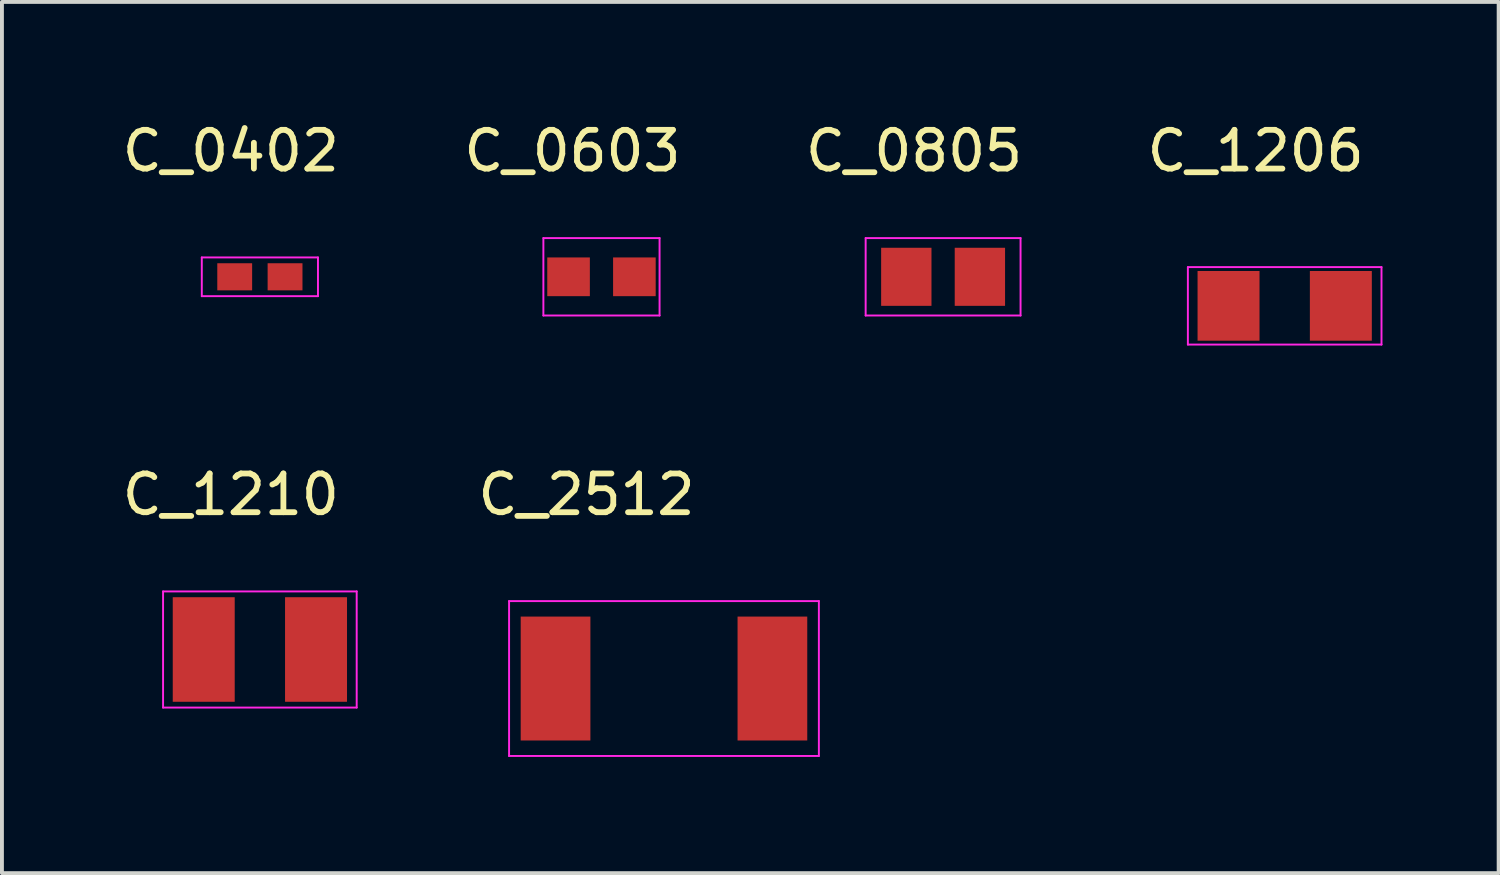
<source format=kicad_pcb>
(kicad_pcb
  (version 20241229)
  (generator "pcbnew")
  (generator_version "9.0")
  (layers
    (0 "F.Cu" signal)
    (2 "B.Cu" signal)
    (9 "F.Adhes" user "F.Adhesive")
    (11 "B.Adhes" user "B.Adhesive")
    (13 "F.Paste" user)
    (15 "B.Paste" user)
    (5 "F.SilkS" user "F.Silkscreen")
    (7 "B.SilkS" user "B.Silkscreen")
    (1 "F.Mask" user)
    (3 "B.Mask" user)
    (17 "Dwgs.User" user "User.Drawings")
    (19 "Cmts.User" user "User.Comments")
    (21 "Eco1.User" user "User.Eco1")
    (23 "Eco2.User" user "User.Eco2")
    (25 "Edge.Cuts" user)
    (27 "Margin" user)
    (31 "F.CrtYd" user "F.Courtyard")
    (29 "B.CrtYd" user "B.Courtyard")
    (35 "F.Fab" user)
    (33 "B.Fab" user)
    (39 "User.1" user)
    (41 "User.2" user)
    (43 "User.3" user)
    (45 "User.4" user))
  (footprint "C_1210"
    (layer "F.Cu")
    (at 3.661 13.722)
    (property "Reference" "C_1210" (at -0.75 -4 0) (layer "F.SilkS") (effects (font (size 1 1) (thickness 0.15))))
    (attr through_hole)
    (fp_line (start -2.5 -1.5) (end 2.5 -1.5) (stroke (width 0.05) (type solid)) (layer "F.CrtYd"))
    (fp_line (start -2.5 1.5) (end -2.5 -1.5) (stroke (width 0.05) (type solid)) (layer "F.CrtYd"))
    (fp_line (start 2.5 -1.5) (end 2.5 1.5) (stroke (width 0.05) (type solid)) (layer "F.CrtYd"))
    (fp_line (start 2.5 1.5) (end -2.5 1.5) (stroke (width 0.05) (type solid)) (layer "F.CrtYd"))
    (pad "1" smd rect (at -1.45 0) (size 1.6 2.7) (layers "F.Cu" "F.Mask" "F.Paste"))
    (pad "2" smd rect (at 1.45 0) (size 1.6 2.7) (layers "F.Cu" "F.Mask" "F.Paste")))
  (footprint "C_0603"
    (layer "F.Cu")
    (at 12.482 4.098)
    (property "Reference" "C_0603" (at -0.75 -3.25 0) (layer "F.SilkS") (effects (font (size 1 1) (thickness 0.15))))
    (attr through_hole)
    (fp_line (start -1.5 -1) (end 1.5 -1) (stroke (width 0.05) (type solid)) (layer "F.CrtYd"))
    (fp_line (start -1.5 1) (end -1.5 -1) (stroke (width 0.05) (type solid)) (layer "F.CrtYd"))
    (fp_line (start 1.5 -1) (end 1.5 1) (stroke (width 0.05) (type solid)) (layer "F.CrtYd"))
    (fp_line (start 1.5 1) (end -1.5 1) (stroke (width 0.05) (type solid)) (layer "F.CrtYd"))
    (pad "1" smd rect (at -0.85 0) (size 1.1 1) (layers "F.Cu" "F.Mask" "F.Paste"))
    (pad "1" smd rect (at 0.85 0) (size 1.1 1) (layers "F.Cu" "F.Mask" "F.Paste")))
  (footprint "C_2512"
    (layer "F.Cu")
    (at 14.096 14.472)
    (property "Reference" "C_2512" (at -2 -4.75 0) (layer "F.SilkS") (effects (font (size 1 1) (thickness 0.15))))
    (attr through_hole)
    (fp_line (start -4 -2) (end 4 -2) (stroke (width 0.05) (type solid)) (layer "F.CrtYd"))
    (fp_line (start -4 2) (end -4 -2) (stroke (width 0.05) (type solid)) (layer "F.CrtYd"))
    (fp_line (start 4 -2) (end 4 2) (stroke (width 0.05) (type solid)) (layer "F.CrtYd"))
    (fp_line (start 4 2) (end -4 2) (stroke (width 0.05) (type solid)) (layer "F.CrtYd"))
    (pad "1" smd rect (at -2.8 0) (size 1.8 3.2) (layers "F.Cu" "F.Mask" "F.Paste"))
    (pad "2" smd rect (at 2.8 0) (size 1.8 3.2) (layers "F.Cu" "F.Mask" "F.Paste")))
  (footprint "C_1206"
    (layer "F.Cu")
    (at 30.125 4.848)
    (property "Reference" "C_1206" (at -0.75 -4 0) (layer "F.SilkS") (effects (font (size 1 1) (thickness 0.15))))
    (attr through_hole)
    (fp_line (start -2.5 -1) (end 2.5 -1) (stroke (width 0.05) (type solid)) (layer "F.CrtYd"))
    (fp_line (start -2.5 1) (end -2.5 -1) (stroke (width 0.05) (type solid)) (layer "F.CrtYd"))
    (fp_line (start 2.5 -1) (end 2.5 1) (stroke (width 0.05) (type solid)) (layer "F.CrtYd"))
    (fp_line (start 2.5 1) (end -2.5 1) (stroke (width 0.05) (type solid)) (layer "F.CrtYd"))
    (pad "1" smd rect (at -1.45 0) (size 1.6 1.8) (layers "F.Cu" "F.Mask" "F.Paste"))
    (pad "2" smd rect (at 1.45 0) (size 1.6 1.8) (layers "F.Cu" "F.Mask" "F.Paste")))
  (footprint "C_0805"
    (layer "F.Cu")
    (at 21.304 4.098)
    (property "Reference" "C_0805" (at -0.75 -3.25 0) (layer "F.SilkS") (effects (font (size 1 1) (thickness 0.15))))
    (attr through_hole)
    (fp_line (start -2 -1) (end 2 -1) (stroke (width 0.05) (type solid)) (layer "F.CrtYd"))
    (fp_line (start -2 1) (end -2 -1) (stroke (width 0.05) (type solid)) (layer "F.CrtYd"))
    (fp_line (start 2 -1) (end 2 1) (stroke (width 0.05) (type solid)) (layer "F.CrtYd"))
    (fp_line (start 2 1) (end -2 1) (stroke (width 0.05) (type solid)) (layer "F.CrtYd"))
    (pad "1" smd rect (at -0.95 0) (size 1.3 1.5) (layers "F.Cu" "F.Mask" "F.Paste"))
    (pad "2" smd rect (at 0.95 0) (size 1.3 1.5) (layers "F.Cu" "F.Mask" "F.Paste")))
  (footprint "C_0402"
    (layer "F.Cu")
    (at 3.661 4.098)
    (property "Reference" "C_0402" (at -0.75 -3.25 0) (layer "F.SilkS") (effects (font (size 1 1) (thickness 0.15))))
    (attr through_hole)
    (fp_line (start -1.5 -0.5) (end 1.5 -0.5) (stroke (width 0.05) (type solid)) (layer "F.CrtYd"))
    (fp_line (start -1.5 0.5) (end -1.5 -0.5) (stroke (width 0.05) (type solid)) (layer "F.CrtYd"))
    (fp_line (start 1.5 -0.5) (end 1.5 0.5) (stroke (width 0.05) (type solid)) (layer "F.CrtYd"))
    (fp_line (start 1.5 0.5) (end -1.5 0.5) (stroke (width 0.05) (type solid)) (layer "F.CrtYd"))
    (pad "1" smd rect (at -0.65 0) (size 0.9 0.7) (layers "F.Cu" "F.Mask" "F.Paste"))
    (pad "2" smd rect (at 0.65 0) (size 0.9 0.7) (layers "F.Cu" "F.Mask" "F.Paste")))
  (gr_rect
    (start -3 -3)
    (end 35.65 19.497)
    (stroke (width 0.1) (type default))
    (fill no)
    (layer "Edge.Cuts")))
</source>
